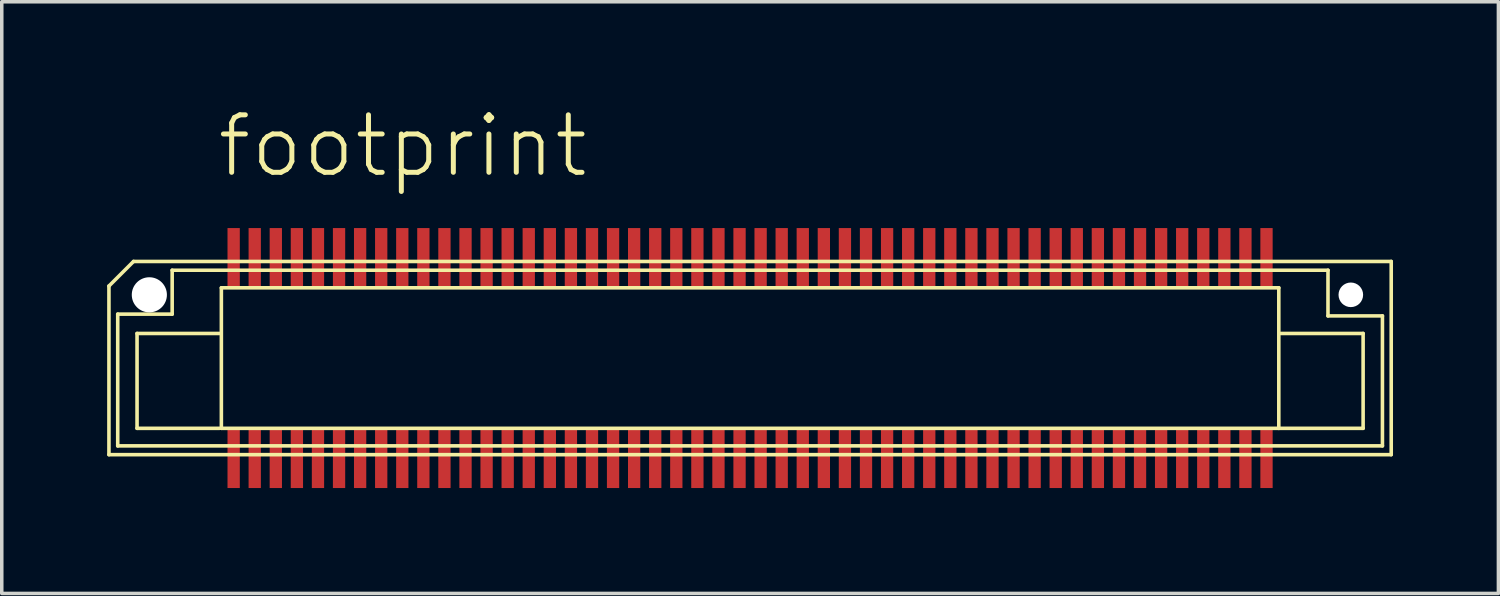
<source format=kicad_pcb>
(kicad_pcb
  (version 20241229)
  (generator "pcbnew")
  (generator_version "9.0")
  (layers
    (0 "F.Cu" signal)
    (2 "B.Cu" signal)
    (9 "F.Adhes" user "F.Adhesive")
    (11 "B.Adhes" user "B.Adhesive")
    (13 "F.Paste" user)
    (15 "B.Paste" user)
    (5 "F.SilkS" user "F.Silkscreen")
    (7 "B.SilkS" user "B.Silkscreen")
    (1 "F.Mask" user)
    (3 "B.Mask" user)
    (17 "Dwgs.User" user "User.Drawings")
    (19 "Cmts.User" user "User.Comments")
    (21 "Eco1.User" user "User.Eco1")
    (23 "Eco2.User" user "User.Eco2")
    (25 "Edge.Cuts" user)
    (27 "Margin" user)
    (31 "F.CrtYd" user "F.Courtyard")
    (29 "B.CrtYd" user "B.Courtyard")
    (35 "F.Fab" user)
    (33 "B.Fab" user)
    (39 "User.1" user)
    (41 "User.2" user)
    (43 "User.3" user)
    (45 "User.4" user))
  (footprint "footprint"
    (layer "F.Cu")
    (at 18.301 7.142)
    (property "Reference" "footprint" (at -15.24 -5.08 0) (layer "F.SilkS") (effects (font (size 1.636 1.636) (thickness 0.142)) (justify left bottom)))
    (fp_line (start -18.25 -2.05) (end -17.55 -2.75) (stroke (width 0.102) (type solid)) (layer "F.SilkS"))
    (fp_line (start -18.25 2.75) (end -18.25 -2.05) (stroke (width 0.102) (type solid)) (layer "F.SilkS"))
    (fp_line (start -18 -1.25) (end -18 2.5) (stroke (width 0.102) (type solid)) (layer "F.SilkS"))
    (fp_line (start -18 2.5) (end 18 2.5) (stroke (width 0.102) (type solid)) (layer "F.SilkS"))
    (fp_line (start -17.55 -2.75) (end 18.25 -2.75) (stroke (width 0.102) (type solid)) (layer "F.SilkS"))
    (fp_line (start -17.45 -0.7) (end -15.1 -0.7) (stroke (width 0.102) (type solid)) (layer "F.SilkS"))
    (fp_line (start -17.45 2) (end -17.45 -0.7) (stroke (width 0.102) (type solid)) (layer "F.SilkS"))
    (fp_line (start -16.45 -2.5) (end -16.45 -1.25) (stroke (width 0.102) (type solid)) (layer "F.SilkS"))
    (fp_line (start -16.45 -1.25) (end -18 -1.25) (stroke (width 0.102) (type solid)) (layer "F.SilkS"))
    (fp_line (start -15.1 2) (end -17.45 2) (stroke (width 0.102) (type solid)) (layer "F.SilkS"))
    (fp_line (start -15.05 -2) (end -15.05 2) (stroke (width 0.102) (type solid)) (layer "F.SilkS"))
    (fp_line (start -15.05 2) (end 15.05 2) (stroke (width 0.102) (type solid)) (layer "F.SilkS"))
    (fp_line (start 15.05 -2) (end -15.05 -2) (stroke (width 0.102) (type solid)) (layer "F.SilkS"))
    (fp_line (start 15.05 2) (end 15.05 -2) (stroke (width 0.102) (type solid)) (layer "F.SilkS"))
    (fp_line (start 15.05 2) (end 17.45 2) (stroke (width 0.102) (type solid)) (layer "F.SilkS"))
    (fp_line (start 16.45 -2.5) (end -16.45 -2.5) (stroke (width 0.102) (type solid)) (layer "F.SilkS"))
    (fp_line (start 16.45 -1.2) (end 16.45 -2.5) (stroke (width 0.102) (type solid)) (layer "F.SilkS"))
    (fp_line (start 17.45 -0.7) (end 15.1 -0.7) (stroke (width 0.102) (type solid)) (layer "F.SilkS"))
    (fp_line (start 17.45 2) (end 17.45 -0.7) (stroke (width 0.102) (type solid)) (layer "F.SilkS"))
    (fp_line (start 18 -1.2) (end 16.45 -1.2) (stroke (width 0.102) (type solid)) (layer "F.SilkS"))
    (fp_line (start 18 2.5) (end 18 -1.2) (stroke (width 0.102) (type solid)) (layer "F.SilkS"))
    (fp_line (start 18.25 -2.75) (end 18.25 2.75) (stroke (width 0.102) (type solid)) (layer "F.SilkS"))
    (fp_line (start 18.25 2.75) (end -18.25 2.75) (stroke (width 0.102) (type solid)) (layer "F.SilkS"))
    (pad "" np_thru_hole circle (at -17.1 -1.8) (size 1 1) (drill 1) (layers "*.Cu" "*.Mask"))
    (pad "" np_thru_hole circle (at 17.1 -1.8) (size 0.7 0.7) (drill 0.7) (layers "*.Cu" "*.Mask"))
    (pad "1" smd rect (at -14.7 -2.85) (size 0.35 1.7) (layers "F.Cu" "F.Mask" "F.Paste"))
    (pad "2" smd rect (at -14.7 2.85) (size 0.35 1.7) (layers "F.Cu" "F.Mask" "F.Paste"))
    (pad "3" smd rect (at -14.1 -2.85) (size 0.35 1.7) (layers "F.Cu" "F.Mask" "F.Paste"))
    (pad "4" smd rect (at -14.1 2.85) (size 0.35 1.7) (layers "F.Cu" "F.Mask" "F.Paste"))
    (pad "5" smd rect (at -13.5 -2.85) (size 0.35 1.7) (layers "F.Cu" "F.Mask" "F.Paste"))
    (pad "6" smd rect (at -13.5 2.85) (size 0.35 1.7) (layers "F.Cu" "F.Mask" "F.Paste"))
    (pad "7" smd rect (at -12.9 -2.85) (size 0.35 1.7) (layers "F.Cu" "F.Mask" "F.Paste"))
    (pad "8" smd rect (at -12.9 2.85) (size 0.35 1.7) (layers "F.Cu" "F.Mask" "F.Paste"))
    (pad "9" smd rect (at -12.3 -2.85) (size 0.35 1.7) (layers "F.Cu" "F.Mask" "F.Paste"))
    (pad "10" smd rect (at -12.3 2.85) (size 0.35 1.7) (layers "F.Cu" "F.Mask" "F.Paste"))
    (pad "11" smd rect (at -11.7 -2.85) (size 0.35 1.7) (layers "F.Cu" "F.Mask" "F.Paste"))
    (pad "12" smd rect (at -11.7 2.85) (size 0.35 1.7) (layers "F.Cu" "F.Mask" "F.Paste"))
    (pad "13" smd rect (at -11.1 -2.85) (size 0.35 1.7) (layers "F.Cu" "F.Mask" "F.Paste"))
    (pad "14" smd rect (at -11.1 2.85) (size 0.35 1.7) (layers "F.Cu" "F.Mask" "F.Paste"))
    (pad "15" smd rect (at -10.5 -2.85) (size 0.35 1.7) (layers "F.Cu" "F.Mask" "F.Paste"))
    (pad "16" smd rect (at -10.5 2.85) (size 0.35 1.7) (layers "F.Cu" "F.Mask" "F.Paste"))
    (pad "17" smd rect (at -9.9 -2.85) (size 0.35 1.7) (layers "F.Cu" "F.Mask" "F.Paste"))
    (pad "18" smd rect (at -9.9 2.85) (size 0.35 1.7) (layers "F.Cu" "F.Mask" "F.Paste"))
    (pad "19" smd rect (at -9.3 -2.85) (size 0.35 1.7) (layers "F.Cu" "F.Mask" "F.Paste"))
    (pad "20" smd rect (at -9.3 2.85) (size 0.35 1.7) (layers "F.Cu" "F.Mask" "F.Paste"))
    (pad "21" smd rect (at -8.7 -2.85) (size 0.35 1.7) (layers "F.Cu" "F.Mask" "F.Paste"))
    (pad "22" smd rect (at -8.7 2.85) (size 0.35 1.7) (layers "F.Cu" "F.Mask" "F.Paste"))
    (pad "23" smd rect (at -8.1 -2.85) (size 0.35 1.7) (layers "F.Cu" "F.Mask" "F.Paste"))
    (pad "24" smd rect (at -8.1 2.85) (size 0.35 1.7) (layers "F.Cu" "F.Mask" "F.Paste"))
    (pad "25" smd rect (at -7.5 -2.85) (size 0.35 1.7) (layers "F.Cu" "F.Mask" "F.Paste"))
    (pad "26" smd rect (at -7.5 2.85) (size 0.35 1.7) (layers "F.Cu" "F.Mask" "F.Paste"))
    (pad "27" smd rect (at -6.9 -2.85) (size 0.35 1.7) (layers "F.Cu" "F.Mask" "F.Paste"))
    (pad "28" smd rect (at -6.9 2.85) (size 0.35 1.7) (layers "F.Cu" "F.Mask" "F.Paste"))
    (pad "29" smd rect (at -6.3 -2.85) (size 0.35 1.7) (layers "F.Cu" "F.Mask" "F.Paste"))
    (pad "30" smd rect (at -6.3 2.85) (size 0.35 1.7) (layers "F.Cu" "F.Mask" "F.Paste"))
    (pad "31" smd rect (at -5.7 -2.85) (size 0.35 1.7) (layers "F.Cu" "F.Mask" "F.Paste"))
    (pad "32" smd rect (at -5.7 2.85) (size 0.35 1.7) (layers "F.Cu" "F.Mask" "F.Paste"))
    (pad "33" smd rect (at -5.1 -2.85) (size 0.35 1.7) (layers "F.Cu" "F.Mask" "F.Paste"))
    (pad "34" smd rect (at -5.1 2.85) (size 0.35 1.7) (layers "F.Cu" "F.Mask" "F.Paste"))
    (pad "35" smd rect (at -4.5 -2.85) (size 0.35 1.7) (layers "F.Cu" "F.Mask" "F.Paste"))
    (pad "36" smd rect (at -4.5 2.85) (size 0.35 1.7) (layers "F.Cu" "F.Mask" "F.Paste"))
    (pad "37" smd rect (at -3.9 -2.85) (size 0.35 1.7) (layers "F.Cu" "F.Mask" "F.Paste"))
    (pad "38" smd rect (at -3.9 2.85) (size 0.35 1.7) (layers "F.Cu" "F.Mask" "F.Paste"))
    (pad "39" smd rect (at -3.3 -2.85) (size 0.35 1.7) (layers "F.Cu" "F.Mask" "F.Paste"))
    (pad "40" smd rect (at -3.3 2.85) (size 0.35 1.7) (layers "F.Cu" "F.Mask" "F.Paste"))
    (pad "41" smd rect (at -2.7 -2.85) (size 0.35 1.7) (layers "F.Cu" "F.Mask" "F.Paste"))
    (pad "42" smd rect (at -2.7 2.85) (size 0.35 1.7) (layers "F.Cu" "F.Mask" "F.Paste"))
    (pad "43" smd rect (at -2.1 -2.85) (size 0.35 1.7) (layers "F.Cu" "F.Mask" "F.Paste"))
    (pad "44" smd rect (at -2.1 2.85) (size 0.35 1.7) (layers "F.Cu" "F.Mask" "F.Paste"))
    (pad "45" smd rect (at -1.5 -2.85) (size 0.35 1.7) (layers "F.Cu" "F.Mask" "F.Paste"))
    (pad "46" smd rect (at -1.5 2.85) (size 0.35 1.7) (layers "F.Cu" "F.Mask" "F.Paste"))
    (pad "47" smd rect (at -0.9 -2.85) (size 0.35 1.7) (layers "F.Cu" "F.Mask" "F.Paste"))
    (pad "48" smd rect (at -0.9 2.85) (size 0.35 1.7) (layers "F.Cu" "F.Mask" "F.Paste"))
    (pad "49" smd rect (at -0.3 -2.85) (size 0.35 1.7) (layers "F.Cu" "F.Mask" "F.Paste"))
    (pad "50" smd rect (at -0.3 2.85) (size 0.35 1.7) (layers "F.Cu" "F.Mask" "F.Paste"))
    (pad "51" smd rect (at 0.3 -2.85) (size 0.35 1.7) (layers "F.Cu" "F.Mask" "F.Paste"))
    (pad "52" smd rect (at 0.3 2.85) (size 0.35 1.7) (layers "F.Cu" "F.Mask" "F.Paste"))
    (pad "53" smd rect (at 0.9 -2.85) (size 0.35 1.7) (layers "F.Cu" "F.Mask" "F.Paste"))
    (pad "54" smd rect (at 0.9 2.85) (size 0.35 1.7) (layers "F.Cu" "F.Mask" "F.Paste"))
    (pad "55" smd rect (at 1.5 -2.85) (size 0.35 1.7) (layers "F.Cu" "F.Mask" "F.Paste"))
    (pad "56" smd rect (at 1.5 2.85) (size 0.35 1.7) (layers "F.Cu" "F.Mask" "F.Paste"))
    (pad "57" smd rect (at 2.1 -2.85) (size 0.35 1.7) (layers "F.Cu" "F.Mask" "F.Paste"))
    (pad "58" smd rect (at 2.1 2.85) (size 0.35 1.7) (layers "F.Cu" "F.Mask" "F.Paste"))
    (pad "59" smd rect (at 2.7 -2.85) (size 0.35 1.7) (layers "F.Cu" "F.Mask" "F.Paste"))
    (pad "60" smd rect (at 2.7 2.85) (size 0.35 1.7) (layers "F.Cu" "F.Mask" "F.Paste"))
    (pad "61" smd rect (at 3.3 -2.85) (size 0.35 1.7) (layers "F.Cu" "F.Mask" "F.Paste"))
    (pad "62" smd rect (at 3.3 2.85) (size 0.35 1.7) (layers "F.Cu" "F.Mask" "F.Paste"))
    (pad "63" smd rect (at 3.9 -2.85) (size 0.35 1.7) (layers "F.Cu" "F.Mask" "F.Paste"))
    (pad "64" smd rect (at 3.9 2.85) (size 0.35 1.7) (layers "F.Cu" "F.Mask" "F.Paste"))
    (pad "65" smd rect (at 4.5 -2.85) (size 0.35 1.7) (layers "F.Cu" "F.Mask" "F.Paste"))
    (pad "66" smd rect (at 4.5 2.85) (size 0.35 1.7) (layers "F.Cu" "F.Mask" "F.Paste"))
    (pad "67" smd rect (at 5.1 -2.85) (size 0.35 1.7) (layers "F.Cu" "F.Mask" "F.Paste"))
    (pad "68" smd rect (at 5.1 2.85) (size 0.35 1.7) (layers "F.Cu" "F.Mask" "F.Paste"))
    (pad "69" smd rect (at 5.7 -2.85) (size 0.35 1.7) (layers "F.Cu" "F.Mask" "F.Paste"))
    (pad "70" smd rect (at 5.7 2.85) (size 0.35 1.7) (layers "F.Cu" "F.Mask" "F.Paste"))
    (pad "71" smd rect (at 6.3 -2.85) (size 0.35 1.7) (layers "F.Cu" "F.Mask" "F.Paste"))
    (pad "72" smd rect (at 6.3 2.85) (size 0.35 1.7) (layers "F.Cu" "F.Mask" "F.Paste"))
    (pad "73" smd rect (at 6.9 -2.85) (size 0.35 1.7) (layers "F.Cu" "F.Mask" "F.Paste"))
    (pad "74" smd rect (at 6.9 2.85) (size 0.35 1.7) (layers "F.Cu" "F.Mask" "F.Paste"))
    (pad "75" smd rect (at 7.5 -2.85) (size 0.35 1.7) (layers "F.Cu" "F.Mask" "F.Paste"))
    (pad "76" smd rect (at 7.5 2.85) (size 0.35 1.7) (layers "F.Cu" "F.Mask" "F.Paste"))
    (pad "77" smd rect (at 8.1 -2.85) (size 0.35 1.7) (layers "F.Cu" "F.Mask" "F.Paste"))
    (pad "78" smd rect (at 8.1 2.85) (size 0.35 1.7) (layers "F.Cu" "F.Mask" "F.Paste"))
    (pad "79" smd rect (at 8.7 -2.85) (size 0.35 1.7) (layers "F.Cu" "F.Mask" "F.Paste"))
    (pad "80" smd rect (at 8.7 2.85) (size 0.35 1.7) (layers "F.Cu" "F.Mask" "F.Paste"))
    (pad "81" smd rect (at 9.3 -2.85) (size 0.35 1.7) (layers "F.Cu" "F.Mask" "F.Paste"))
    (pad "82" smd rect (at 9.3 2.85) (size 0.35 1.7) (layers "F.Cu" "F.Mask" "F.Paste"))
    (pad "83" smd rect (at 9.9 -2.85) (size 0.35 1.7) (layers "F.Cu" "F.Mask" "F.Paste"))
    (pad "84" smd rect (at 9.9 2.85) (size 0.35 1.7) (layers "F.Cu" "F.Mask" "F.Paste"))
    (pad "85" smd rect (at 10.5 -2.85) (size 0.35 1.7) (layers "F.Cu" "F.Mask" "F.Paste"))
    (pad "86" smd rect (at 10.5 2.85) (size 0.35 1.7) (layers "F.Cu" "F.Mask" "F.Paste"))
    (pad "87" smd rect (at 11.1 -2.85) (size 0.35 1.7) (layers "F.Cu" "F.Mask" "F.Paste"))
    (pad "88" smd rect (at 11.1 2.85) (size 0.35 1.7) (layers "F.Cu" "F.Mask" "F.Paste"))
    (pad "89" smd rect (at 11.7 -2.85) (size 0.35 1.7) (layers "F.Cu" "F.Mask" "F.Paste"))
    (pad "90" smd rect (at 11.7 2.85) (size 0.35 1.7) (layers "F.Cu" "F.Mask" "F.Paste"))
    (pad "91" smd rect (at 12.3 -2.85) (size 0.35 1.7) (layers "F.Cu" "F.Mask" "F.Paste"))
    (pad "92" smd rect (at 12.3 2.85) (size 0.35 1.7) (layers "F.Cu" "F.Mask" "F.Paste"))
    (pad "93" smd rect (at 12.9 -2.85) (size 0.35 1.7) (layers "F.Cu" "F.Mask" "F.Paste"))
    (pad "94" smd rect (at 12.9 2.85) (size 0.35 1.7) (layers "F.Cu" "F.Mask" "F.Paste"))
    (pad "95" smd rect (at 13.5 -2.85) (size 0.35 1.7) (layers "F.Cu" "F.Mask" "F.Paste"))
    (pad "96" smd rect (at 13.5 2.85) (size 0.35 1.7) (layers "F.Cu" "F.Mask" "F.Paste"))
    (pad "97" smd rect (at 14.1 -2.85) (size 0.35 1.7) (layers "F.Cu" "F.Mask" "F.Paste"))
    (pad "98" smd rect (at 14.1 2.85) (size 0.35 1.7) (layers "F.Cu" "F.Mask" "F.Paste"))
    (pad "99" smd rect (at 14.7 -2.85) (size 0.35 1.7) (layers "F.Cu" "F.Mask" "F.Paste"))
    (pad "100" smd rect (at 14.7 2.85) (size 0.35 1.7) (layers "F.Cu" "F.Mask" "F.Paste")))
  (gr_rect
    (start -3 -3)
    (end 39.602 13.842)
    (stroke (width 0.1) (type default))
    (fill no)
    (layer "Edge.Cuts")))
</source>
